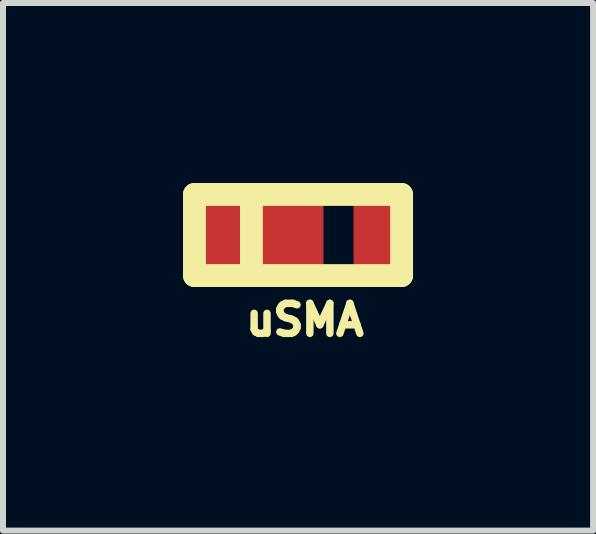
<source format=kicad_pcb>
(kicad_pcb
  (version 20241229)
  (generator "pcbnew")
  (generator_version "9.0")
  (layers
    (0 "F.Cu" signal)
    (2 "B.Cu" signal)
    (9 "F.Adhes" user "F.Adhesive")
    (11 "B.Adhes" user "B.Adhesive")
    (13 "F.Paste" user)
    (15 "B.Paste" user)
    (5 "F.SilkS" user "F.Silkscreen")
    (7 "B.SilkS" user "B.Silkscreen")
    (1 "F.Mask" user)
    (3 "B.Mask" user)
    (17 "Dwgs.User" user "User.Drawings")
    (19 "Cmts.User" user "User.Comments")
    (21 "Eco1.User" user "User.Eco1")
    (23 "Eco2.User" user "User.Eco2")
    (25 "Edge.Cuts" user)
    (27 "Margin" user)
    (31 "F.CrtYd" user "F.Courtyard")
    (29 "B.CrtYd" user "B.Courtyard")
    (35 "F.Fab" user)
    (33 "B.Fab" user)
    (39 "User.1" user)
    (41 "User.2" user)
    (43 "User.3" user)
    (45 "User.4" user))
  (footprint "uSMA"
    (layer "F.Cu")
    (at 1.341 0.866)
    (property "Reference" "uSMA" (at 0.689 1.414 0) (layer "F.SilkS") (effects (font (size 0.5 0.5) (thickness 0.124))))
    (attr smd)
    (fp_line (start -1.151 -0.676) (end 2.301 -0.676) (stroke (width 0.381) (type solid)) (layer "F.SilkS"))
    (fp_line (start -1.151 0.676) (end -1.151 -0.676) (stroke (width 0.381) (type solid)) (layer "F.SilkS"))
    (fp_line (start -0.201 -0.676) (end -0.201 0.676) (stroke (width 0.381) (type solid)) (layer "F.SilkS"))
    (fp_line (start 2.301 -0.676) (end 2.301 0.676) (stroke (width 0.381) (type solid)) (layer "F.SilkS"))
    (fp_line (start 2.301 0.676) (end -1.151 0.676) (stroke (width 0.381) (type solid)) (layer "F.SilkS"))
    (pad "1" smd rect (at 1.9 0) (size 0.8 1.1) (layers "F.Cu" "F.Mask" "F.Paste"))
    (pad "2" smd rect (at 0 0) (size 1.999 1.1) (layers "F.Cu" "F.Mask" "F.Paste")))
  (gr_rect
    (start -3 -3)
    (end 6.833 5.792)
    (stroke (width 0.1) (type default))
    (fill no)
    (layer "Edge.Cuts")))
</source>
